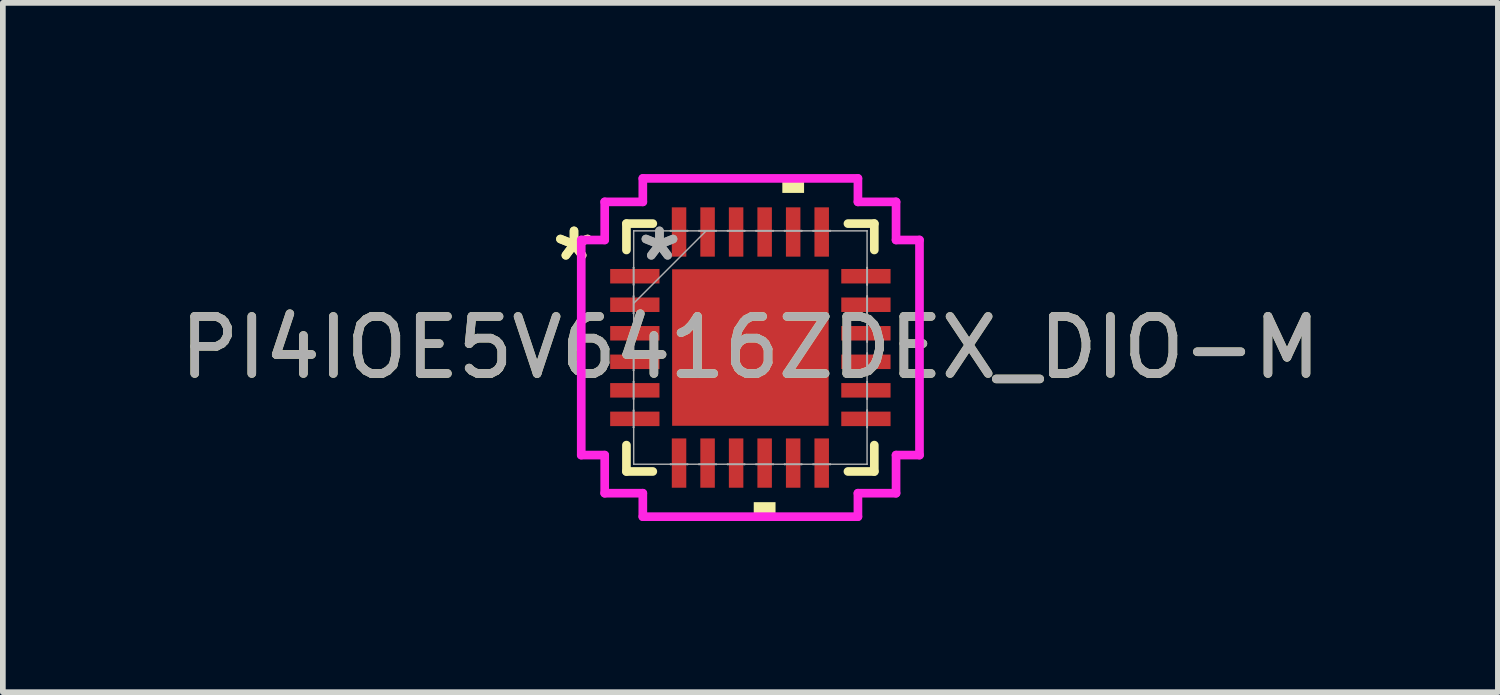
<source format=kicad_pcb>
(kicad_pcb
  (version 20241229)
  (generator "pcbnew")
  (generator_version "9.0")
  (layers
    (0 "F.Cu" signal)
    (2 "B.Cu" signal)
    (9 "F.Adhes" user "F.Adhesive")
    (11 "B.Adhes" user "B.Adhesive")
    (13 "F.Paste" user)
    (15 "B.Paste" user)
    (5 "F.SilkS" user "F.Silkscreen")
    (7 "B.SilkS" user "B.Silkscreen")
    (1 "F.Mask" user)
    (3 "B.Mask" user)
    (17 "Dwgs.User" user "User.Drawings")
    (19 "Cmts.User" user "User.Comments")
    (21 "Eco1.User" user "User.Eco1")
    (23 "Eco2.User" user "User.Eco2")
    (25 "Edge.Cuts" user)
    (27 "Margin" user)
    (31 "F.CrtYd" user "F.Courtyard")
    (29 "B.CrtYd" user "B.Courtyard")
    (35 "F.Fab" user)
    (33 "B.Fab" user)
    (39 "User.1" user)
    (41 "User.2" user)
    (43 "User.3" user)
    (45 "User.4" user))
  (footprint "PI4IOE5V6416ZDEX_DIO-M"
    (layer "F.Cu")
    (at 10.101 3.041)
    (property "Reference" "PI4IOE5V6416ZDEX_DIO-M" (at 0 0 0) (unlocked yes) (layer "F.SilkS") (effects (font (size 1 1) (thickness 0.15))))
    (attr smd)
    (fp_line (start -2.172 -2.172) (end -2.172 -1.71) (stroke (width 0.152) (type solid)) (layer "F.SilkS"))
    (fp_line (start -2.172 1.71) (end -2.172 2.172) (stroke (width 0.152) (type solid)) (layer "F.SilkS"))
    (fp_line (start -2.172 2.172) (end -1.71 2.172) (stroke (width 0.152) (type solid)) (layer "F.SilkS"))
    (fp_line (start -1.71 -2.172) (end -2.172 -2.172) (stroke (width 0.152) (type solid)) (layer "F.SilkS"))
    (fp_line (start 1.71 2.172) (end 2.172 2.172) (stroke (width 0.152) (type solid)) (layer "F.SilkS"))
    (fp_line (start 2.172 -2.172) (end 1.71 -2.172) (stroke (width 0.152) (type solid)) (layer "F.SilkS"))
    (fp_line (start 2.172 -1.71) (end 2.172 -2.172) (stroke (width 0.152) (type solid)) (layer "F.SilkS"))
    (fp_line (start 2.172 2.172) (end 2.172 1.71) (stroke (width 0.152) (type solid)) (layer "F.SilkS"))
    (fp_poly (pts (xy 0.059 2.71) (xy 0.059 2.964) (xy 0.441 2.964) (xy 0.441 2.71)) (stroke (width 0) (type solid)) (fill yes) (layer "F.SilkS"))
    (fp_poly (pts (xy 0.56 -2.71) (xy 0.56 -2.964) (xy 0.941 -2.964) (xy 0.941 -2.71)) (stroke (width 0) (type solid)) (fill yes) (layer "F.SilkS"))
    (fp_poly (pts (xy -1.272 -1.272) (xy -1.272 -0.1) (xy -0.1 -0.1) (xy -0.1 -1.272)) (stroke (width 0) (type solid)) (fill yes) (layer "F.Paste"))
    (fp_poly (pts (xy -1.272 0.1) (xy -1.272 1.272) (xy -0.1 1.272) (xy -0.1 0.1)) (stroke (width 0) (type solid)) (fill yes) (layer "F.Paste"))
    (fp_poly (pts (xy 0.1 -1.272) (xy 0.1 -0.1) (xy 1.272 -0.1) (xy 1.272 -1.272)) (stroke (width 0) (type solid)) (fill yes) (layer "F.Paste"))
    (fp_poly (pts (xy 0.1 0.1) (xy 0.1 1.272) (xy 1.272 1.272) (xy 1.272 0.1)) (stroke (width 0) (type solid)) (fill yes) (layer "F.Paste"))
    (fp_line (start -2.964 -1.885) (end -2.553 -1.885) (stroke (width 0.152) (type solid)) (layer "F.CrtYd"))
    (fp_line (start -2.964 1.885) (end -2.964 -1.885) (stroke (width 0.152) (type solid)) (layer "F.CrtYd"))
    (fp_line (start -2.553 -2.553) (end -1.885 -2.553) (stroke (width 0.152) (type solid)) (layer "F.CrtYd"))
    (fp_line (start -2.553 -1.885) (end -2.553 -2.553) (stroke (width 0.152) (type solid)) (layer "F.CrtYd"))
    (fp_line (start -2.553 1.885) (end -2.964 1.885) (stroke (width 0.152) (type solid)) (layer "F.CrtYd"))
    (fp_line (start -2.553 2.553) (end -2.553 1.885) (stroke (width 0.152) (type solid)) (layer "F.CrtYd"))
    (fp_line (start -1.885 -2.964) (end 1.885 -2.964) (stroke (width 0.152) (type solid)) (layer "F.CrtYd"))
    (fp_line (start -1.885 -2.553) (end -1.885 -2.964) (stroke (width 0.152) (type solid)) (layer "F.CrtYd"))
    (fp_line (start -1.885 2.553) (end -2.553 2.553) (stroke (width 0.152) (type solid)) (layer "F.CrtYd"))
    (fp_line (start -1.885 2.964) (end -1.885 2.553) (stroke (width 0.152) (type solid)) (layer "F.CrtYd"))
    (fp_line (start 1.885 -2.964) (end 1.885 -2.553) (stroke (width 0.152) (type solid)) (layer "F.CrtYd"))
    (fp_line (start 1.885 -2.553) (end 2.553 -2.553) (stroke (width 0.152) (type solid)) (layer "F.CrtYd"))
    (fp_line (start 1.885 2.553) (end 1.885 2.964) (stroke (width 0.152) (type solid)) (layer "F.CrtYd"))
    (fp_line (start 1.885 2.964) (end -1.885 2.964) (stroke (width 0.152) (type solid)) (layer "F.CrtYd"))
    (fp_line (start 2.553 -2.553) (end 2.553 -1.885) (stroke (width 0.152) (type solid)) (layer "F.CrtYd"))
    (fp_line (start 2.553 -1.885) (end 2.964 -1.885) (stroke (width 0.152) (type solid)) (layer "F.CrtYd"))
    (fp_line (start 2.553 1.885) (end 2.553 2.553) (stroke (width 0.152) (type solid)) (layer "F.CrtYd"))
    (fp_line (start 2.553 2.553) (end 1.885 2.553) (stroke (width 0.152) (type solid)) (layer "F.CrtYd"))
    (fp_line (start 2.964 -1.885) (end 2.964 1.885) (stroke (width 0.152) (type solid)) (layer "F.CrtYd"))
    (fp_line (start 2.964 1.885) (end 2.553 1.885) (stroke (width 0.152) (type solid)) (layer "F.CrtYd"))
    (fp_line (start -2.05 -1.402) (end -2.05 -1.098) (stroke (width 0.025) (type solid)) (layer "F.Fab"))
    (fp_line (start -2.05 -1.098) (end -2.045 -1.098) (stroke (width 0.025) (type solid)) (layer "F.Fab"))
    (fp_line (start -2.05 -0.902) (end -2.05 -0.598) (stroke (width 0.025) (type solid)) (layer "F.Fab"))
    (fp_line (start -2.05 -0.598) (end -2.045 -0.598) (stroke (width 0.025) (type solid)) (layer "F.Fab"))
    (fp_line (start -2.05 -0.402) (end -2.05 -0.098) (stroke (width 0.025) (type solid)) (layer "F.Fab"))
    (fp_line (start -2.05 -0.098) (end -2.045 -0.098) (stroke (width 0.025) (type solid)) (layer "F.Fab"))
    (fp_line (start -2.05 0.098) (end -2.05 0.402) (stroke (width 0.025) (type solid)) (layer "F.Fab"))
    (fp_line (start -2.05 0.402) (end -2.045 0.402) (stroke (width 0.025) (type solid)) (layer "F.Fab"))
    (fp_line (start -2.05 0.598) (end -2.05 0.902) (stroke (width 0.025) (type solid)) (layer "F.Fab"))
    (fp_line (start -2.05 0.902) (end -2.045 0.902) (stroke (width 0.025) (type solid)) (layer "F.Fab"))
    (fp_line (start -2.05 1.098) (end -2.05 1.402) (stroke (width 0.025) (type solid)) (layer "F.Fab"))
    (fp_line (start -2.05 1.402) (end -2.045 1.402) (stroke (width 0.025) (type solid)) (layer "F.Fab"))
    (fp_line (start -2.045 -2.045) (end -2.045 -2.045) (stroke (width 0.025) (type solid)) (layer "F.Fab"))
    (fp_line (start -2.045 -2.045) (end -2.045 2.045) (stroke (width 0.025) (type solid)) (layer "F.Fab"))
    (fp_line (start -2.045 -1.402) (end -2.05 -1.402) (stroke (width 0.025) (type solid)) (layer "F.Fab"))
    (fp_line (start -2.045 -1.098) (end -2.045 -1.402) (stroke (width 0.025) (type solid)) (layer "F.Fab"))
    (fp_line (start -2.045 -0.902) (end -2.05 -0.902) (stroke (width 0.025) (type solid)) (layer "F.Fab"))
    (fp_line (start -2.045 -0.775) (end -0.775 -2.045) (stroke (width 0.025) (type solid)) (layer "F.Fab"))
    (fp_line (start -2.045 -0.598) (end -2.045 -0.902) (stroke (width 0.025) (type solid)) (layer "F.Fab"))
    (fp_line (start -2.045 -0.402) (end -2.05 -0.402) (stroke (width 0.025) (type solid)) (layer "F.Fab"))
    (fp_line (start -2.045 -0.098) (end -2.045 -0.402) (stroke (width 0.025) (type solid)) (layer "F.Fab"))
    (fp_line (start -2.045 0.098) (end -2.05 0.098) (stroke (width 0.025) (type solid)) (layer "F.Fab"))
    (fp_line (start -2.045 0.402) (end -2.045 0.098) (stroke (width 0.025) (type solid)) (layer "F.Fab"))
    (fp_line (start -2.045 0.598) (end -2.05 0.598) (stroke (width 0.025) (type solid)) (layer "F.Fab"))
    (fp_line (start -2.045 0.902) (end -2.045 0.598) (stroke (width 0.025) (type solid)) (layer "F.Fab"))
    (fp_line (start -2.045 1.098) (end -2.05 1.098) (stroke (width 0.025) (type solid)) (layer "F.Fab"))
    (fp_line (start -2.045 1.402) (end -2.045 1.098) (stroke (width 0.025) (type solid)) (layer "F.Fab"))
    (fp_line (start -2.045 2.045) (end -2.045 2.045) (stroke (width 0.025) (type solid)) (layer "F.Fab"))
    (fp_line (start -2.045 2.045) (end 2.045 2.045) (stroke (width 0.025) (type solid)) (layer "F.Fab"))
    (fp_line (start -1.402 -2.05) (end -1.402 -2.045) (stroke (width 0.025) (type solid)) (layer "F.Fab"))
    (fp_line (start -1.402 -2.045) (end -1.098 -2.045) (stroke (width 0.025) (type solid)) (layer "F.Fab"))
    (fp_line (start -1.402 2.045) (end -1.402 2.05) (stroke (width 0.025) (type solid)) (layer "F.Fab"))
    (fp_line (start -1.402 2.05) (end -1.098 2.05) (stroke (width 0.025) (type solid)) (layer "F.Fab"))
    (fp_line (start -1.098 -2.05) (end -1.402 -2.05) (stroke (width 0.025) (type solid)) (layer "F.Fab"))
    (fp_line (start -1.098 -2.045) (end -1.098 -2.05) (stroke (width 0.025) (type solid)) (layer "F.Fab"))
    (fp_line (start -1.098 2.045) (end -1.402 2.045) (stroke (width 0.025) (type solid)) (layer "F.Fab"))
    (fp_line (start -1.098 2.05) (end -1.098 2.045) (stroke (width 0.025) (type solid)) (layer "F.Fab"))
    (fp_line (start -0.902 -2.05) (end -0.902 -2.045) (stroke (width 0.025) (type solid)) (layer "F.Fab"))
    (fp_line (start -0.902 -2.045) (end -0.598 -2.045) (stroke (width 0.025) (type solid)) (layer "F.Fab"))
    (fp_line (start -0.902 2.045) (end -0.902 2.05) (stroke (width 0.025) (type solid)) (layer "F.Fab"))
    (fp_line (start -0.902 2.05) (end -0.598 2.05) (stroke (width 0.025) (type solid)) (layer "F.Fab"))
    (fp_line (start -0.598 -2.05) (end -0.902 -2.05) (stroke (width 0.025) (type solid)) (layer "F.Fab"))
    (fp_line (start -0.598 -2.045) (end -0.598 -2.05) (stroke (width 0.025) (type solid)) (layer "F.Fab"))
    (fp_line (start -0.598 2.045) (end -0.902 2.045) (stroke (width 0.025) (type solid)) (layer "F.Fab"))
    (fp_line (start -0.598 2.05) (end -0.598 2.045) (stroke (width 0.025) (type solid)) (layer "F.Fab"))
    (fp_line (start -0.402 -2.05) (end -0.402 -2.045) (stroke (width 0.025) (type solid)) (layer "F.Fab"))
    (fp_line (start -0.402 -2.045) (end -0.098 -2.045) (stroke (width 0.025) (type solid)) (layer "F.Fab"))
    (fp_line (start -0.402 2.045) (end -0.402 2.05) (stroke (width 0.025) (type solid)) (layer "F.Fab"))
    (fp_line (start -0.402 2.05) (end -0.098 2.05) (stroke (width 0.025) (type solid)) (layer "F.Fab"))
    (fp_line (start -0.098 -2.05) (end -0.402 -2.05) (stroke (width 0.025) (type solid)) (layer "F.Fab"))
    (fp_line (start -0.098 -2.045) (end -0.098 -2.05) (stroke (width 0.025) (type solid)) (layer "F.Fab"))
    (fp_line (start -0.098 2.045) (end -0.402 2.045) (stroke (width 0.025) (type solid)) (layer "F.Fab"))
    (fp_line (start -0.098 2.05) (end -0.098 2.045) (stroke (width 0.025) (type solid)) (layer "F.Fab"))
    (fp_line (start 0.098 -2.05) (end 0.098 -2.045) (stroke (width 0.025) (type solid)) (layer "F.Fab"))
    (fp_line (start 0.098 -2.045) (end 0.402 -2.045) (stroke (width 0.025) (type solid)) (layer "F.Fab"))
    (fp_line (start 0.098 2.045) (end 0.098 2.05) (stroke (width 0.025) (type solid)) (layer "F.Fab"))
    (fp_line (start 0.098 2.05) (end 0.402 2.05) (stroke (width 0.025) (type solid)) (layer "F.Fab"))
    (fp_line (start 0.402 -2.05) (end 0.098 -2.05) (stroke (width 0.025) (type solid)) (layer "F.Fab"))
    (fp_line (start 0.402 -2.045) (end 0.402 -2.05) (stroke (width 0.025) (type solid)) (layer "F.Fab"))
    (fp_line (start 0.402 2.045) (end 0.098 2.045) (stroke (width 0.025) (type solid)) (layer "F.Fab"))
    (fp_line (start 0.402 2.05) (end 0.402 2.045) (stroke (width 0.025) (type solid)) (layer "F.Fab"))
    (fp_line (start 0.598 -2.05) (end 0.598 -2.045) (stroke (width 0.025) (type solid)) (layer "F.Fab"))
    (fp_line (start 0.598 -2.045) (end 0.902 -2.045) (stroke (width 0.025) (type solid)) (layer "F.Fab"))
    (fp_line (start 0.598 2.045) (end 0.598 2.05) (stroke (width 0.025) (type solid)) (layer "F.Fab"))
    (fp_line (start 0.598 2.05) (end 0.902 2.05) (stroke (width 0.025) (type solid)) (layer "F.Fab"))
    (fp_line (start 0.902 -2.05) (end 0.598 -2.05) (stroke (width 0.025) (type solid)) (layer "F.Fab"))
    (fp_line (start 0.902 -2.045) (end 0.902 -2.05) (stroke (width 0.025) (type solid)) (layer "F.Fab"))
    (fp_line (start 0.902 2.045) (end 0.598 2.045) (stroke (width 0.025) (type solid)) (layer "F.Fab"))
    (fp_line (start 0.902 2.05) (end 0.902 2.045) (stroke (width 0.025) (type solid)) (layer "F.Fab"))
    (fp_line (start 1.098 -2.05) (end 1.098 -2.045) (stroke (width 0.025) (type solid)) (layer "F.Fab"))
    (fp_line (start 1.098 -2.045) (end 1.402 -2.045) (stroke (width 0.025) (type solid)) (layer "F.Fab"))
    (fp_line (start 1.098 2.045) (end 1.098 2.05) (stroke (width 0.025) (type solid)) (layer "F.Fab"))
    (fp_line (start 1.098 2.05) (end 1.402 2.05) (stroke (width 0.025) (type solid)) (layer "F.Fab"))
    (fp_line (start 1.402 -2.05) (end 1.098 -2.05) (stroke (width 0.025) (type solid)) (layer "F.Fab"))
    (fp_line (start 1.402 -2.045) (end 1.402 -2.05) (stroke (width 0.025) (type solid)) (layer "F.Fab"))
    (fp_line (start 1.402 2.045) (end 1.098 2.045) (stroke (width 0.025) (type solid)) (layer "F.Fab"))
    (fp_line (start 1.402 2.05) (end 1.402 2.045) (stroke (width 0.025) (type solid)) (layer "F.Fab"))
    (fp_line (start 2.045 -2.045) (end -2.045 -2.045) (stroke (width 0.025) (type solid)) (layer "F.Fab"))
    (fp_line (start 2.045 -2.045) (end 2.045 -2.045) (stroke (width 0.025) (type solid)) (layer "F.Fab"))
    (fp_line (start 2.045 -1.402) (end 2.045 -1.098) (stroke (width 0.025) (type solid)) (layer "F.Fab"))
    (fp_line (start 2.045 -1.098) (end 2.05 -1.098) (stroke (width 0.025) (type solid)) (layer "F.Fab"))
    (fp_line (start 2.045 -0.902) (end 2.045 -0.598) (stroke (width 0.025) (type solid)) (layer "F.Fab"))
    (fp_line (start 2.045 -0.598) (end 2.05 -0.598) (stroke (width 0.025) (type solid)) (layer "F.Fab"))
    (fp_line (start 2.045 -0.402) (end 2.045 -0.098) (stroke (width 0.025) (type solid)) (layer "F.Fab"))
    (fp_line (start 2.045 -0.098) (end 2.05 -0.098) (stroke (width 0.025) (type solid)) (layer "F.Fab"))
    (fp_line (start 2.045 0.098) (end 2.045 0.402) (stroke (width 0.025) (type solid)) (layer "F.Fab"))
    (fp_line (start 2.045 0.402) (end 2.05 0.402) (stroke (width 0.025) (type solid)) (layer "F.Fab"))
    (fp_line (start 2.045 0.598) (end 2.045 0.902) (stroke (width 0.025) (type solid)) (layer "F.Fab"))
    (fp_line (start 2.045 0.902) (end 2.05 0.902) (stroke (width 0.025) (type solid)) (layer "F.Fab"))
    (fp_line (start 2.045 1.098) (end 2.045 1.402) (stroke (width 0.025) (type solid)) (layer "F.Fab"))
    (fp_line (start 2.045 1.402) (end 2.05 1.402) (stroke (width 0.025) (type solid)) (layer "F.Fab"))
    (fp_line (start 2.045 2.045) (end 2.045 -2.045) (stroke (width 0.025) (type solid)) (layer "F.Fab"))
    (fp_line (start 2.045 2.045) (end 2.045 2.045) (stroke (width 0.025) (type solid)) (layer "F.Fab"))
    (fp_line (start 2.05 -1.402) (end 2.045 -1.402) (stroke (width 0.025) (type solid)) (layer "F.Fab"))
    (fp_line (start 2.05 -1.098) (end 2.05 -1.402) (stroke (width 0.025) (type solid)) (layer "F.Fab"))
    (fp_line (start 2.05 -0.902) (end 2.045 -0.902) (stroke (width 0.025) (type solid)) (layer "F.Fab"))
    (fp_line (start 2.05 -0.598) (end 2.05 -0.902) (stroke (width 0.025) (type solid)) (layer "F.Fab"))
    (fp_line (start 2.05 -0.402) (end 2.045 -0.402) (stroke (width 0.025) (type solid)) (layer "F.Fab"))
    (fp_line (start 2.05 -0.098) (end 2.05 -0.402) (stroke (width 0.025) (type solid)) (layer "F.Fab"))
    (fp_line (start 2.05 0.098) (end 2.045 0.098) (stroke (width 0.025) (type solid)) (layer "F.Fab"))
    (fp_line (start 2.05 0.402) (end 2.05 0.098) (stroke (width 0.025) (type solid)) (layer "F.Fab"))
    (fp_line (start 2.05 0.598) (end 2.045 0.598) (stroke (width 0.025) (type solid)) (layer "F.Fab"))
    (fp_line (start 2.05 0.902) (end 2.05 0.598) (stroke (width 0.025) (type solid)) (layer "F.Fab"))
    (fp_line (start 2.05 1.098) (end 2.045 1.098) (stroke (width 0.025) (type solid)) (layer "F.Fab"))
    (fp_line (start 2.05 1.402) (end 2.05 1.098) (stroke (width 0.025) (type solid)) (layer "F.Fab"))
    (fp_text user "*" (at -3.091 -1.5 0) (layer "F.SilkS") (effects (font (size 1 1) (thickness 0.15))))
    (fp_text user "*" (at -3.091 -1.5 0) (unlocked yes) (layer "F.SilkS") (effects (font (size 1 1) (thickness 0.15))))
    (fp_text user "*" (at -1.593 -1.5 0) (unlocked yes) (layer "F.Fab") (effects (font (size 1 1) (thickness 0.15))))
    (fp_text user "*" (at -1.593 -1.5 0) (layer "F.Fab") (effects (font (size 1 1) (thickness 0.15))))
    (fp_text user "${REFERENCE}" (at 0 0 0) (unlocked yes) (layer "F.Fab") (effects (font (size 1 1) (thickness 0.15))))
    (pad "1" smd rect (at -2.025 -1.25 90) (size 0.254 0.864) (layers "F.Cu" "F.Mask" "F.Paste"))
    (pad "2" smd rect (at -2.025 -0.75 90) (size 0.254 0.864) (layers "F.Cu" "F.Mask" "F.Paste"))
    (pad "3" smd rect (at -2.025 -0.25 90) (size 0.254 0.864) (layers "F.Cu" "F.Mask" "F.Paste"))
    (pad "4" smd rect (at -2.025 0.25 90) (size 0.254 0.864) (layers "F.Cu" "F.Mask" "F.Paste"))
    (pad "5" smd rect (at -2.025 0.75 90) (size 0.254 0.864) (layers "F.Cu" "F.Mask" "F.Paste"))
    (pad "6" smd rect (at -2.025 1.25 90) (size 0.254 0.864) (layers "F.Cu" "F.Mask" "F.Paste"))
    (pad "7" smd rect (at -1.25 2.025) (size 0.254 0.864) (layers "F.Cu" "F.Mask" "F.Paste"))
    (pad "8" smd rect (at -0.75 2.025) (size 0.254 0.864) (layers "F.Cu" "F.Mask" "F.Paste"))
    (pad "9" smd rect (at -0.25 2.025) (size 0.254 0.864) (layers "F.Cu" "F.Mask" "F.Paste"))
    (pad "10" smd rect (at 0.25 2.025) (size 0.254 0.864) (layers "F.Cu" "F.Mask" "F.Paste"))
    (pad "11" smd rect (at 0.75 2.025) (size 0.254 0.864) (layers "F.Cu" "F.Mask" "F.Paste"))
    (pad "12" smd rect (at 1.25 2.025) (size 0.254 0.864) (layers "F.Cu" "F.Mask" "F.Paste"))
    (pad "13" smd rect (at 2.025 1.25 90) (size 0.254 0.864) (layers "F.Cu" "F.Mask" "F.Paste"))
    (pad "14" smd rect (at 2.025 0.75 90) (size 0.254 0.864) (layers "F.Cu" "F.Mask" "F.Paste"))
    (pad "15" smd rect (at 2.025 0.25 90) (size 0.254 0.864) (layers "F.Cu" "F.Mask" "F.Paste"))
    (pad "16" smd rect (at 2.025 -0.25 90) (size 0.254 0.864) (layers "F.Cu" "F.Mask" "F.Paste"))
    (pad "17" smd rect (at 2.025 -0.75 90) (size 0.254 0.864) (layers "F.Cu" "F.Mask" "F.Paste"))
    (pad "18" smd rect (at 2.025 -1.25 90) (size 0.254 0.864) (layers "F.Cu" "F.Mask" "F.Paste"))
    (pad "19" smd rect (at 1.25 -2.025) (size 0.254 0.864) (layers "F.Cu" "F.Mask" "F.Paste"))
    (pad "20" smd rect (at 0.75 -2.025) (size 0.254 0.864) (layers "F.Cu" "F.Mask" "F.Paste"))
    (pad "21" smd rect (at 0.25 -2.025) (size 0.254 0.864) (layers "F.Cu" "F.Mask" "F.Paste"))
    (pad "22" smd rect (at -0.25 -2.025) (size 0.254 0.864) (layers "F.Cu" "F.Mask" "F.Paste"))
    (pad "23" smd rect (at -0.75 -2.025) (size 0.254 0.864) (layers "F.Cu" "F.Mask" "F.Paste"))
    (pad "24" smd rect (at -1.25 -2.025) (size 0.254 0.864) (layers "F.Cu" "F.Mask" "F.Paste"))
    (pad "25" smd rect (at 0 0) (size 2.743 2.743) (layers "F.Cu" "F.Mask")))
  (gr_rect
    (start -3 -3)
    (end 23.202 9.081)
    (stroke (width 0.1) (type default))
    (fill no)
    (layer "Edge.Cuts")))
</source>
